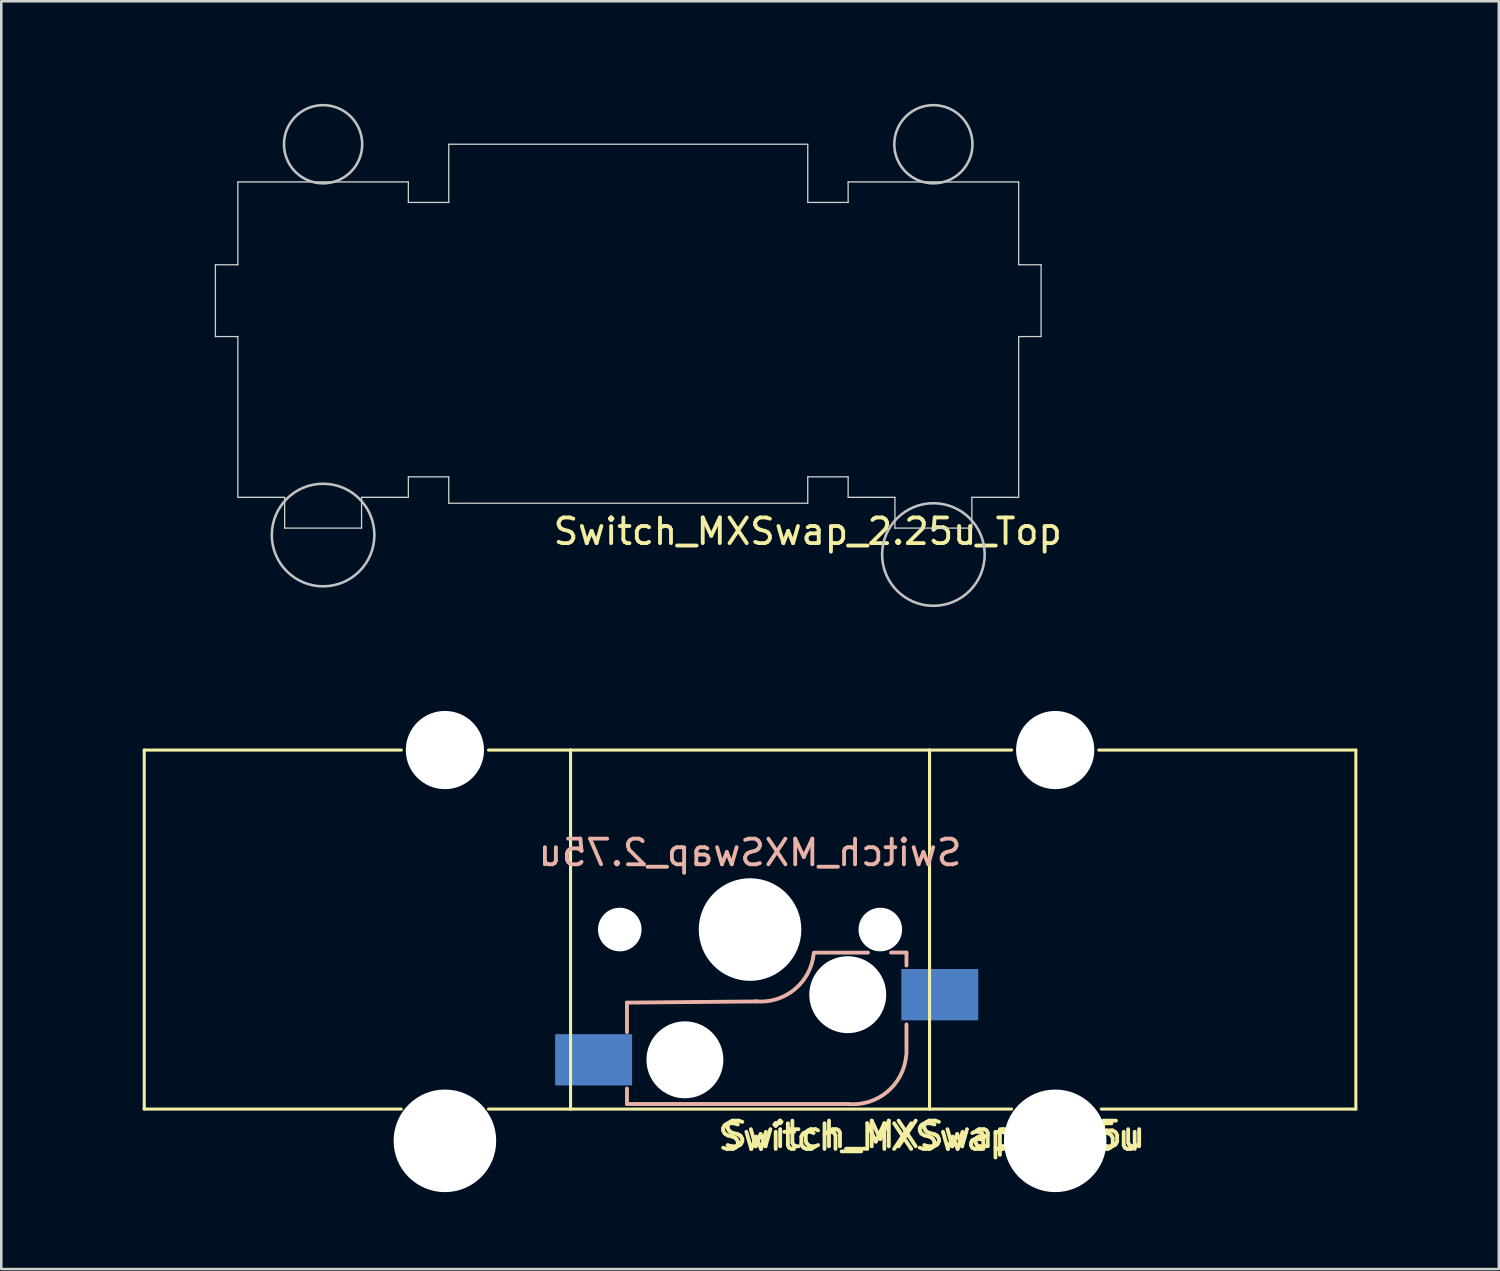
<source format=kicad_pcb>
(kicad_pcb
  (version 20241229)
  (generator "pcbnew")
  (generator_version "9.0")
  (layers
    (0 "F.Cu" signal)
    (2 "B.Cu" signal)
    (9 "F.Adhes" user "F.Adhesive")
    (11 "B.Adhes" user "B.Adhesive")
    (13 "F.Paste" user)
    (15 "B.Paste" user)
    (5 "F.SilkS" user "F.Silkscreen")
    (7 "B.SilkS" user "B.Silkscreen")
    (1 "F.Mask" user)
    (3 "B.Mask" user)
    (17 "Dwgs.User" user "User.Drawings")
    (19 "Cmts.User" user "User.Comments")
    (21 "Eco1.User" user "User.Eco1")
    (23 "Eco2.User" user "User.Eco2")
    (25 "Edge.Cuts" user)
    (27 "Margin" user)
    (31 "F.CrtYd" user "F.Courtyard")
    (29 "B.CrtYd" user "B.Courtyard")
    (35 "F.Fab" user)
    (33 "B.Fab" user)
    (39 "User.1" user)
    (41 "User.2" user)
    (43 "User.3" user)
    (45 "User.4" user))
  (footprint "Switch_MXSwap_2.25u_Top"
    (layer "F.Cu")
    (at 21.45 9.575)
    (property "Reference" "Switch_MXSwap_2.25u_Top" (at 7 8.1 0) (layer "F.SilkS") (effects (font (size 1 1) (thickness 0.15))))
    (attr through_hole)
    (fp_circle (center -11.9 -7) (end -11.9 -5.475) (stroke (width 0.1) (type solid)) (fill no) (layer "Dwgs.User"))
    (fp_circle (center -11.9 8.24) (end -11.9 10.24) (stroke (width 0.1) (type solid)) (fill no) (layer "Dwgs.User"))
    (fp_circle (center 11.9 -7) (end 11.9 -5.475) (stroke (width 0.1) (type solid)) (fill no) (layer "Dwgs.User"))
    (fp_circle (center 11.9 9) (end 11.9 11) (stroke (width 0.1) (type solid)) (fill no) (layer "Dwgs.User"))
    (fp_line (start -21.375 -9.5) (end 21.375 -9.5) (stroke (width 0.15) (type solid)) (layer "Eco2.User"))
    (fp_line (start -21.375 9.5) (end -21.375 -9.5) (stroke (width 0.15) (type solid)) (layer "Eco2.User"))
    (fp_line (start 21.375 -9.5) (end 21.375 9.5) (stroke (width 0.15) (type solid)) (layer "Eco2.User"))
    (fp_line (start 21.375 9.5) (end -21.375 9.5) (stroke (width 0.15) (type solid)) (layer "Eco2.User"))
    (fp_line (start -16.1 -2.3) (end -16.1 0.5) (stroke (width 0.05) (type solid)) (layer "Edge.Cuts"))
    (fp_line (start -16.1 0.5) (end -15.225 0.5) (stroke (width 0.05) (type solid)) (layer "Edge.Cuts"))
    (fp_line (start -15.225 -5.53) (end -15.225 -2.3) (stroke (width 0.05) (type solid)) (layer "Edge.Cuts"))
    (fp_line (start -15.225 -5.53) (end -8.575 -5.53) (stroke (width 0.05) (type solid)) (layer "Edge.Cuts"))
    (fp_line (start -15.225 -2.3) (end -16.1 -2.3) (stroke (width 0.05) (type solid)) (layer "Edge.Cuts"))
    (fp_line (start -15.225 0.5) (end -15.225 6.77) (stroke (width 0.05) (type solid)) (layer "Edge.Cuts"))
    (fp_line (start -15.225 6.77) (end -13.4 6.77) (stroke (width 0.05) (type solid)) (layer "Edge.Cuts"))
    (fp_line (start -13.4 6.77) (end -13.4 7.97) (stroke (width 0.05) (type solid)) (layer "Edge.Cuts"))
    (fp_line (start -13.4 7.97) (end -10.4 7.97) (stroke (width 0.05) (type solid)) (layer "Edge.Cuts"))
    (fp_line (start -10.4 6.77) (end -8.575 6.77) (stroke (width 0.05) (type solid)) (layer "Edge.Cuts"))
    (fp_line (start -10.4 7.97) (end -10.4 6.77) (stroke (width 0.05) (type solid)) (layer "Edge.Cuts"))
    (fp_line (start -8.575 -4.73) (end -8.575 -5.53) (stroke (width 0.05) (type solid)) (layer "Edge.Cuts"))
    (fp_line (start -8.575 -4.73) (end -7 -4.73) (stroke (width 0.05) (type solid)) (layer "Edge.Cuts"))
    (fp_line (start -8.575 5.97) (end -7 5.97) (stroke (width 0.05) (type solid)) (layer "Edge.Cuts"))
    (fp_line (start -8.575 6.77) (end -8.575 5.97) (stroke (width 0.05) (type solid)) (layer "Edge.Cuts"))
    (fp_line (start -7 -7) (end 7 -7) (stroke (width 0.05) (type solid)) (layer "Edge.Cuts"))
    (fp_line (start -7 -4.73) (end -7 -7) (stroke (width 0.05) (type solid)) (layer "Edge.Cuts"))
    (fp_line (start -7 5.97) (end -7 7) (stroke (width 0.05) (type solid)) (layer "Edge.Cuts"))
    (fp_line (start 7 -4.73) (end 7 -7) (stroke (width 0.05) (type solid)) (layer "Edge.Cuts"))
    (fp_line (start 7 5.97) (end 7 7) (stroke (width 0.05) (type solid)) (layer "Edge.Cuts"))
    (fp_line (start 7 7) (end -7 7) (stroke (width 0.05) (type solid)) (layer "Edge.Cuts"))
    (fp_line (start 8.575 -4.73) (end 7 -4.73) (stroke (width 0.05) (type solid)) (layer "Edge.Cuts"))
    (fp_line (start 8.575 -4.73) (end 8.575 -5.53) (stroke (width 0.05) (type solid)) (layer "Edge.Cuts"))
    (fp_line (start 8.575 5.97) (end 7 5.97) (stroke (width 0.05) (type solid)) (layer "Edge.Cuts"))
    (fp_line (start 8.575 6.77) (end 8.575 5.97) (stroke (width 0.05) (type solid)) (layer "Edge.Cuts"))
    (fp_line (start 10.4 6.77) (end 8.575 6.77) (stroke (width 0.05) (type solid)) (layer "Edge.Cuts"))
    (fp_line (start 10.4 7.97) (end 10.4 6.77) (stroke (width 0.05) (type solid)) (layer "Edge.Cuts"))
    (fp_line (start 13.4 6.77) (end 13.4 7.97) (stroke (width 0.05) (type solid)) (layer "Edge.Cuts"))
    (fp_line (start 13.4 7.97) (end 10.4 7.97) (stroke (width 0.05) (type solid)) (layer "Edge.Cuts"))
    (fp_line (start 15.225 -5.53) (end 8.575 -5.53) (stroke (width 0.05) (type solid)) (layer "Edge.Cuts"))
    (fp_line (start 15.225 -5.53) (end 15.225 -2.3) (stroke (width 0.05) (type solid)) (layer "Edge.Cuts"))
    (fp_line (start 15.225 -2.3) (end 16.1 -2.3) (stroke (width 0.05) (type solid)) (layer "Edge.Cuts"))
    (fp_line (start 15.225 0.5) (end 15.225 6.77) (stroke (width 0.05) (type solid)) (layer "Edge.Cuts"))
    (fp_line (start 15.225 6.77) (end 13.4 6.77) (stroke (width 0.05) (type solid)) (layer "Edge.Cuts"))
    (fp_line (start 16.1 -2.3) (end 16.1 0.5) (stroke (width 0.05) (type solid)) (layer "Edge.Cuts"))
    (fp_line (start 16.1 0.5) (end 15.225 0.5) (stroke (width 0.05) (type solid)) (layer "Edge.Cuts")))
  (footprint "Switch_MXSwap_2.75u"
    (layer "F.Cu")
    (at 26.2 33.2)
    (property "Reference" "Switch_MXSwap_2.75u" (at 7 8.1 0) (layer "F.SilkS") (effects (font (size 1 1) (thickness 0.15))))
    (attr through_hole)
    (fp_line (start -23.625 7) (end -23.625 -7) (stroke (width 0.12) (type solid)) (layer "F.SilkS"))
    (fp_line (start -23.625 7) (end -13.6 7) (stroke (width 0.12) (type solid)) (layer "F.SilkS"))
    (fp_line (start -13.6 -7) (end -23.625 -7) (stroke (width 0.12) (type solid)) (layer "F.SilkS"))
    (fp_line (start -10.2 7) (end -7 7) (stroke (width 0.12) (type solid)) (layer "F.SilkS"))
    (fp_line (start -7 -7) (end -10.2 -7) (stroke (width 0.12) (type solid)) (layer "F.SilkS"))
    (fp_line (start -7 7) (end -7 -7) (stroke (width 0.12) (type solid)) (layer "F.SilkS"))
    (fp_line (start 7 -7) (end -7 -7) (stroke (width 0.12) (type solid)) (layer "F.SilkS"))
    (fp_line (start 7 -7) (end 7 7) (stroke (width 0.12) (type solid)) (layer "F.SilkS"))
    (fp_line (start 7 -7) (end 10.2 -7) (stroke (width 0.12) (type solid)) (layer "F.SilkS"))
    (fp_line (start 7 7) (end -7 7) (stroke (width 0.12) (type solid)) (layer "F.SilkS"))
    (fp_line (start 10.2 7) (end 7 7) (stroke (width 0.12) (type solid)) (layer "F.SilkS"))
    (fp_line (start 13.6 -7) (end 23.625 -7) (stroke (width 0.12) (type solid)) (layer "F.SilkS"))
    (fp_line (start 23.625 7) (end 13.7 7) (stroke (width 0.12) (type solid)) (layer "F.SilkS"))
    (fp_line (start 23.625 7) (end 23.625 -7) (stroke (width 0.12) (type solid)) (layer "F.SilkS"))
    (fp_line (start -4.8 2.85) (end -4.8 4) (stroke (width 0.15) (type solid)) (layer "B.SilkS"))
    (fp_line (start -4.8 2.85) (end 0.25 2.804) (stroke (width 0.15) (type solid)) (layer "B.SilkS"))
    (fp_line (start -4.8 6.2) (end -4.8 6.804) (stroke (width 0.15) (type solid)) (layer "B.SilkS"))
    (fp_line (start -4.8 6.804) (end 3.825 6.804) (stroke (width 0.15) (type solid)) (layer "B.SilkS"))
    (fp_line (start 2.5 0.9) (end 4.6 0.9) (stroke (width 0.15) (type solid)) (layer "B.SilkS"))
    (fp_line (start 6.1 0.896) (end 5.5 0.896) (stroke (width 0.15) (type solid)) (layer "B.SilkS"))
    (fp_line (start 6.1 1.4) (end 6.1 0.905) (stroke (width 0.15) (type solid)) (layer "B.SilkS"))
    (fp_line (start 6.1 4.85) (end 6.1 3.7) (stroke (width 0.15) (type solid)) (layer "B.SilkS"))
    (fp_arc (start 2.485 0.92) (mid 1.744361 2.328061) (end 0.225 2.8) (stroke (width 0.15) (type solid)) (layer "B.SilkS"))
    (fp_arc (start 6.089 4.92) (mid 5.347189 6.33089) (end 3.825 6.804) (stroke (width 0.15) (type solid)) (layer "B.SilkS"))
    (fp_line (start -26.125 -9.5) (end 26.125 -9.5) (stroke (width 0.15) (type solid)) (layer "Eco2.User"))
    (fp_line (start -26.125 9.5) (end -26.125 -9.5) (stroke (width 0.15) (type solid)) (layer "Eco2.User"))
    (fp_line (start 26.125 -9.5) (end 26.125 9.5) (stroke (width 0.15) (type solid)) (layer "Eco2.User"))
    (fp_line (start 26.125 9.5) (end -26.125 9.5) (stroke (width 0.15) (type solid)) (layer "Eco2.User"))
    (fp_text user "${REFERENCE}" (at 7.174 7.997 0) (layer "F.SilkS") (effects (font (size 1 1) (thickness 0.15))))
    (fp_text user "${REFERENCE}" (at 0 -3 0) (layer "B.SilkS") (effects (font (size 1 1) (thickness 0.15)) (justify mirror)))
    (pad "" np_thru_hole circle (at -11.9 -7) (size 3.05 3.05) (drill 3.05) (layers "*.Cu" "*.Mask"))
    (pad "" np_thru_hole circle (at -11.9 8.24) (size 4 4) (drill 4) (layers "*.Cu" "*.Mask"))
    (pad "" np_thru_hole circle (at -5.08 0 180) (size 1.7 1.7) (drill 1.7) (layers "*.Cu" "*.Mask"))
    (pad "" np_thru_hole circle (at -2.54 5.08) (size 3 3) (drill 3) (layers "*.Cu" "*.Mask"))
    (pad "" np_thru_hole circle (at 0 0 270) (size 4 4) (drill 4) (layers "*.Cu" "*.Mask"))
    (pad "" np_thru_hole circle (at 3.81 2.54) (size 3 3) (drill 3) (layers "*.Cu" "*.Mask"))
    (pad "" np_thru_hole circle (at 5.08 0 180) (size 1.7 1.7) (drill 1.7) (layers "*.Cu" "*.Mask"))
    (pad "" np_thru_hole circle (at 11.9 -7) (size 3.05 3.05) (drill 3.05) (layers "*.Cu" "*.Mask"))
    (pad "" np_thru_hole circle (at 11.9 8.24) (size 4 4) (drill 4) (layers "*.Cu" "*.Mask"))
    (pad "1" smd rect (at 7.4 2.54) (size 3 2) (layers "B.Cu" "B.Mask" "B.Paste"))
    (pad "2" smd rect (at -6.1 5.08) (size 3 2) (layers "B.Cu" "B.Mask" "B.Paste")))
  (gr_rect
    (start -3 -3)
    (end 55.4 46.44)
    (stroke (width 0.1) (type default))
    (fill no)
    (layer "Edge.Cuts")))
</source>
